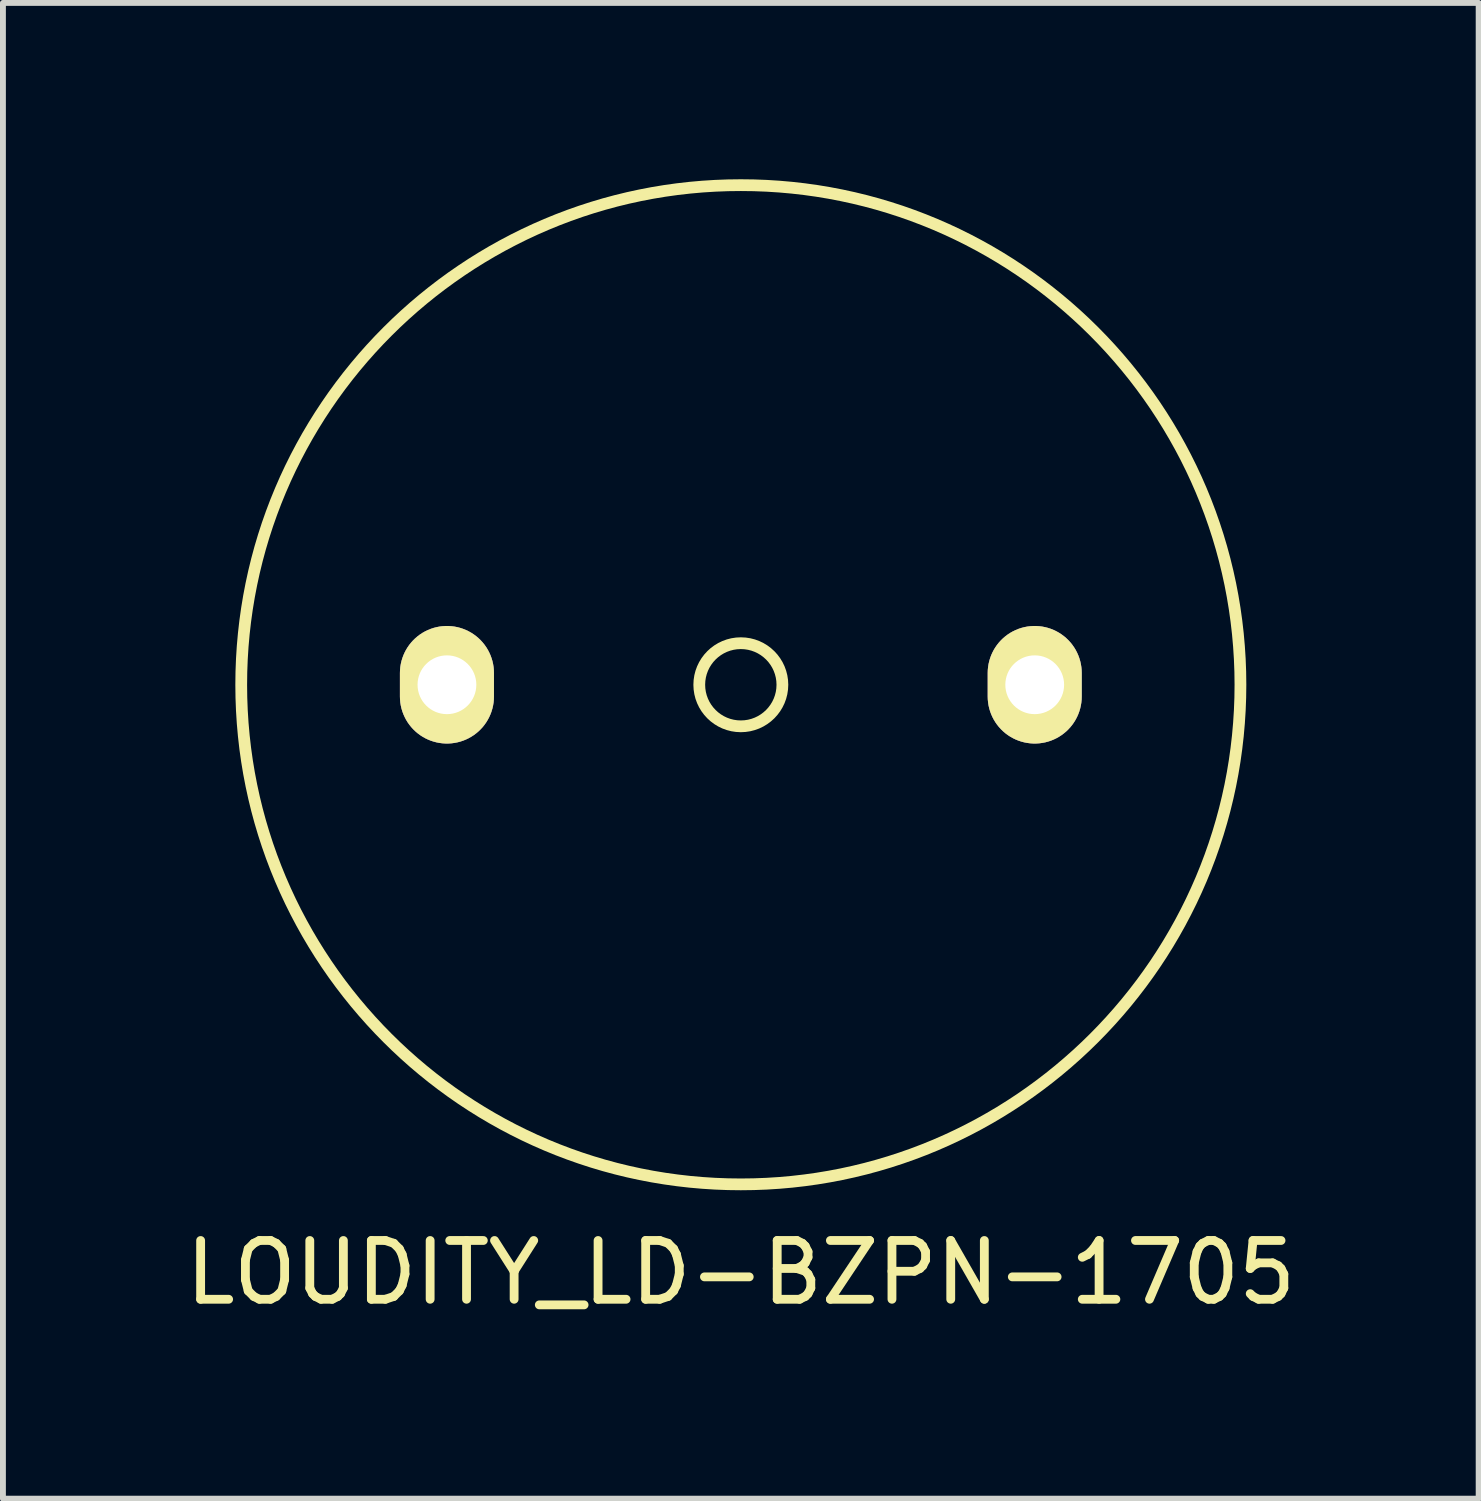
<source format=kicad_pcb>
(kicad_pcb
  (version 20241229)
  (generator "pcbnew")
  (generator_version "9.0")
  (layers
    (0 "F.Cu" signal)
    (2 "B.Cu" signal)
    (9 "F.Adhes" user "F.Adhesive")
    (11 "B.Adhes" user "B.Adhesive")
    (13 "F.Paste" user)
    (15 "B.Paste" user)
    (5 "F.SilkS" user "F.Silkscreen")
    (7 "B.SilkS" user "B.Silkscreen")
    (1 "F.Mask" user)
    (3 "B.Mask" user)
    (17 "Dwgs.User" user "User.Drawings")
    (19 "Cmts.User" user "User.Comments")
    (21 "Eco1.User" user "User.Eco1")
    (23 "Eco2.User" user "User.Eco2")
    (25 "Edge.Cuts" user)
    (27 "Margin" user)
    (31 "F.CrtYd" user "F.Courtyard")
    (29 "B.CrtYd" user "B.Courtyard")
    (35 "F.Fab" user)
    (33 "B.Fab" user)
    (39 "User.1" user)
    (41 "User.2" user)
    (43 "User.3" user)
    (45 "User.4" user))
  (footprint "LOUDITY_LD-BZPN-1705"
    (layer "F.Cu")
    (at 9.554 8.6)
    (property "Reference" "LOUDITY_LD-BZPN-1705" (at 0 10 0) (layer "F.SilkS") (effects (font (size 1 1) (thickness 0.15))))
    (attr through_hole)
    (fp_circle (center 0 0) (end -0.5 -0.5) (stroke (width 0.2) (type solid)) (fill no) (layer "F.SilkS"))
    (fp_circle (center 0 0) (end 8.5 0) (stroke (width 0.2) (type solid)) (fill no) (layer "F.SilkS"))
    (pad "1" thru_hole oval (at -5 0) (size 1.6 2) (drill 1) (layers "*.Cu" "*.Mask" "F.SilkS"))
    (pad "2" thru_hole oval (at 5 0) (size 1.6 2) (drill 1) (layers "*.Cu" "*.Mask" "F.SilkS")))
  (gr_rect
    (start -3 -3)
    (end 22.107 22.448)
    (stroke (width 0.1) (type default))
    (fill no)
    (layer "Edge.Cuts")))
</source>
